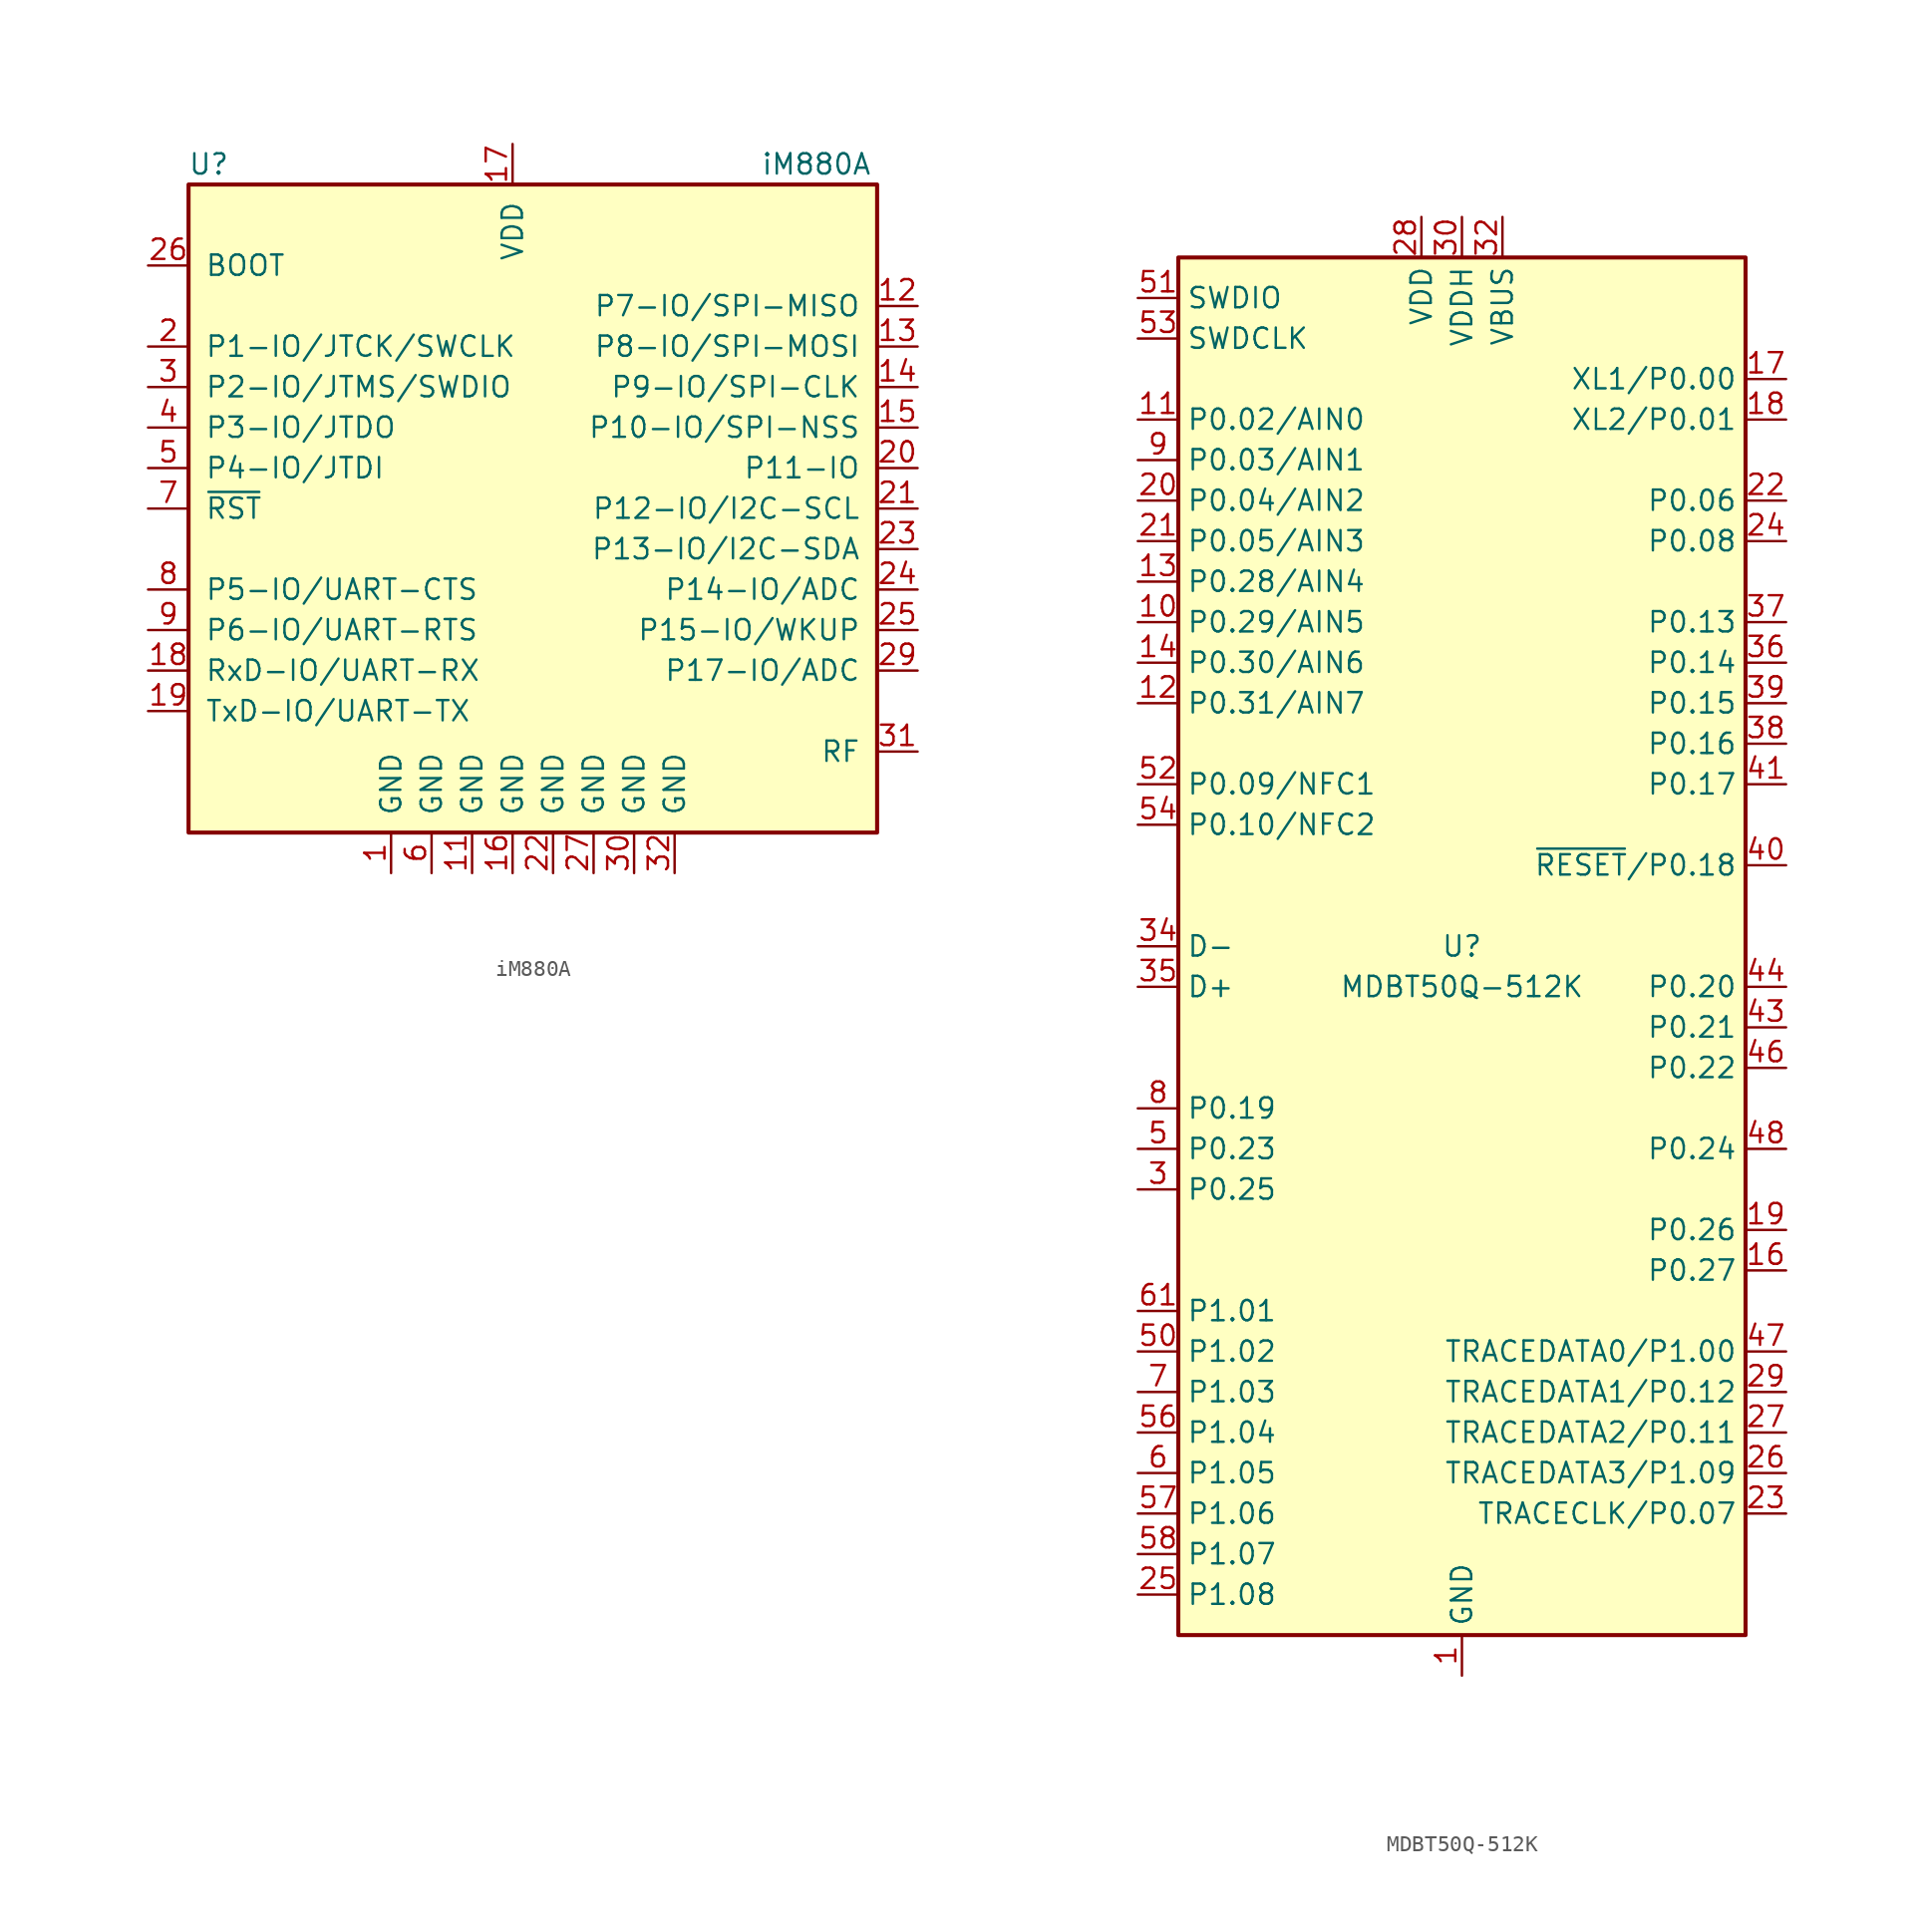
<source format=kicad_sym>
(kicad_symbol_lib
  (version 20200908)
  (generator kicad_symbol_editor)
  (symbol "RF_Module:iM880A"
    (pin_names
      (offset 1.016))
    (property "Reference" "U"
      (at -19.05 21.59 0)
      (effects (font (size 1.27 1.27))))
    (property "Value" "iM880A"
      (at 19.05 21.59 0)
      (effects (font (size 1.27 1.27))))
    (symbol "iM880A_0_1"
      (rectangle (start -20.32 20.32) (end 22.86 -20.32) (stroke (width 0.254)) (fill (type background))))
    (symbol "iM880A_1_1"
      (pin power_in line (at -7.62 -22.86 90) (length 2.54) (name "GND" (effects (font (size 1.27 1.27)))) (number "1" (effects (font (size 1.27 1.27)))))
      (pin unconnected line (at 5.08 22.86 270) (length 2.54) hide (name "NC" (effects (font (size 1.27 1.27)))) (number "10" (effects (font (size 1.27 1.27)))))
      (pin power_in line (at -2.54 -22.86 90) (length 2.54) (name "GND" (effects (font (size 1.27 1.27)))) (number "11" (effects (font (size 1.27 1.27)))))
      (pin bidirectional line (at 25.4 12.7 180) (length 2.54) (name "P7-IO/SPI-MISO" (effects (font (size 1.27 1.27)))) (number "12" (effects (font (size 1.27 1.27)))))
      (pin bidirectional line (at 25.4 10.16 180) (length 2.54) (name "P8-IO/SPI-MOSI" (effects (font (size 1.27 1.27)))) (number "13" (effects (font (size 1.27 1.27)))))
      (pin bidirectional line (at 25.4 7.62 180) (length 2.54) (name "P9-IO/SPI-CLK" (effects (font (size 1.27 1.27)))) (number "14" (effects (font (size 1.27 1.27)))))
      (pin bidirectional line (at 25.4 5.08 180) (length 2.54) (name "P10-IO/SPI-NSS" (effects (font (size 1.27 1.27)))) (number "15" (effects (font (size 1.27 1.27)))))
      (pin power_in line (at 0 -22.86 90) (length 2.54) (name "GND" (effects (font (size 1.27 1.27)))) (number "16" (effects (font (size 1.27 1.27)))))
      (pin power_in line (at 0 22.86 270) (length 2.54) (name "VDD" (effects (font (size 1.27 1.27)))) (number "17" (effects (font (size 1.27 1.27)))))
      (pin bidirectional line (at -22.86 -10.16 0) (length 2.54) (name "RxD-IO/UART-RX" (effects (font (size 1.27 1.27)))) (number "18" (effects (font (size 1.27 1.27)))))
      (pin bidirectional line (at -22.86 -12.7 0) (length 2.54) (name "TxD-IO/UART-TX" (effects (font (size 1.27 1.27)))) (number "19" (effects (font (size 1.27 1.27)))))
      (pin bidirectional line (at -22.86 10.16 0) (length 2.54) (name "P1-IO/JTCK/SWCLK" (effects (font (size 1.27 1.27)))) (number "2" (effects (font (size 1.27 1.27)))))
      (pin bidirectional line (at 25.4 2.54 180) (length 2.54) (name "P11-IO" (effects (font (size 1.27 1.27)))) (number "20" (effects (font (size 1.27 1.27)))))
      (pin bidirectional line (at 25.4 0 180) (length 2.54) (name "P12-IO/I2C-SCL" (effects (font (size 1.27 1.27)))) (number "21" (effects (font (size 1.27 1.27)))))
      (pin power_in line (at 2.54 -22.86 90) (length 2.54) (name "GND" (effects (font (size 1.27 1.27)))) (number "22" (effects (font (size 1.27 1.27)))))
      (pin bidirectional line (at 25.4 -2.54 180) (length 2.54) (name "P13-IO/I2C-SDA" (effects (font (size 1.27 1.27)))) (number "23" (effects (font (size 1.27 1.27)))))
      (pin bidirectional line (at 25.4 -5.08 180) (length 2.54) (name "P14-IO/ADC" (effects (font (size 1.27 1.27)))) (number "24" (effects (font (size 1.27 1.27)))))
      (pin bidirectional line (at 25.4 -7.62 180) (length 2.54) (name "P15-IO/WKUP" (effects (font (size 1.27 1.27)))) (number "25" (effects (font (size 1.27 1.27)))))
      (pin input line (at -22.86 15.24 0) (length 2.54) (name "BOOT" (effects (font (size 1.27 1.27)))) (number "26" (effects (font (size 1.27 1.27)))))
      (pin power_in line (at 5.08 -22.86 90) (length 2.54) (name "GND" (effects (font (size 1.27 1.27)))) (number "27" (effects (font (size 1.27 1.27)))))
      (pin unconnected line (at 7.62 22.86 270) (length 2.54) hide (name "NC" (effects (font (size 1.27 1.27)))) (number "28" (effects (font (size 1.27 1.27)))))
      (pin bidirectional line (at 25.4 -10.16 180) (length 2.54) (name "P17-IO/ADC" (effects (font (size 1.27 1.27)))) (number "29" (effects (font (size 1.27 1.27)))))
      (pin bidirectional line (at -22.86 7.62 0) (length 2.54) (name "P2-IO/JTMS/SWDIO" (effects (font (size 1.27 1.27)))) (number "3" (effects (font (size 1.27 1.27)))))
      (pin power_in line (at 7.62 -22.86 90) (length 2.54) (name "GND" (effects (font (size 1.27 1.27)))) (number "30" (effects (font (size 1.27 1.27)))))
      (pin bidirectional line (at 25.4 -15.24 180) (length 2.54) (name "RF" (effects (font (size 1.27 1.27)))) (number "31" (effects (font (size 1.27 1.27)))))
      (pin power_in line (at 10.16 -22.86 90) (length 2.54) (name "GND" (effects (font (size 1.27 1.27)))) (number "32" (effects (font (size 1.27 1.27)))))
      (pin bidirectional line (at -22.86 5.08 0) (length 2.54) (name "P3-IO/JTDO" (effects (font (size 1.27 1.27)))) (number "4" (effects (font (size 1.27 1.27)))))
      (pin bidirectional line (at -22.86 2.54 0) (length 2.54) (name "P4-IO/JTDI" (effects (font (size 1.27 1.27)))) (number "5" (effects (font (size 1.27 1.27)))))
      (pin power_in line (at -5.08 -22.86 90) (length 2.54) (name "GND" (effects (font (size 1.27 1.27)))) (number "6" (effects (font (size 1.27 1.27)))))
      (pin input line (at -22.86 0 0) (length 2.54) (name "~RST" (effects (font (size 1.27 1.27)))) (number "7" (effects (font (size 1.27 1.27)))))
      (pin bidirectional line (at -22.86 -5.08 0) (length 2.54) (name "P5-IO/UART-CTS" (effects (font (size 1.27 1.27)))) (number "8" (effects (font (size 1.27 1.27)))))
      (pin bidirectional line (at -22.86 -7.62 0) (length 2.54) (name "P6-IO/UART-RTS" (effects (font (size 1.27 1.27)))) (number "9" (effects (font (size 1.27 1.27)))))))
  (symbol "RF_Module:MDBT50Q-512K"
    (property "Reference" "U"
      (at 0 0 0)
      (effects (font (size 1.27 1.27))))
    (property "Value" "MDBT50Q-512K"
      (at 0 -2.54 0)
      (effects (font (size 1.27 1.27))))
    (symbol "MDBT50Q-512K_0_1"
      (rectangle (start -17.78 43.18) (end 17.78 -43.18) (stroke (width 0.254)) (fill (type background))))
    (symbol "MDBT50Q-512K_1_1"
      (pin power_in line (at 0 -45.72 90) (length 2.54) (name "GND" (effects (font (size 1.27 1.27)))) (number "1" (effects (font (size 1.27 1.27)))))
      (pin bidirectional line (at -20.32 20.32 0) (length 2.54) (name "P0.29/AIN5" (effects (font (size 1.27 1.27)))) (number "10" (effects (font (size 1.27 1.27)))))
      (pin bidirectional line (at -20.32 33.02 0) (length 2.54) (name "P0.02/AIN0" (effects (font (size 1.27 1.27)))) (number "11" (effects (font (size 1.27 1.27)))))
      (pin bidirectional line (at -20.32 15.24 0) (length 2.54) (name "P0.31/AIN7" (effects (font (size 1.27 1.27)))) (number "12" (effects (font (size 1.27 1.27)))))
      (pin bidirectional line (at -20.32 22.86 0) (length 2.54) (name "P0.28/AIN4" (effects (font (size 1.27 1.27)))) (number "13" (effects (font (size 1.27 1.27)))))
      (pin bidirectional line (at -20.32 17.78 0) (length 2.54) (name "P0.30/AIN6" (effects (font (size 1.27 1.27)))) (number "14" (effects (font (size 1.27 1.27)))))
      (pin passive line (at 0 -45.72 90) (length 2.54) hide (name "GND" (effects (font (size 1.27 1.27)))) (number "15" (effects (font (size 1.27 1.27)))))
      (pin bidirectional line (at 20.32 -20.32 180) (length 2.54) (name "P0.27" (effects (font (size 1.27 1.27)))) (number "16" (effects (font (size 1.27 1.27)))))
      (pin bidirectional line (at 20.32 35.56 180) (length 2.54) (name "XL1/P0.00" (effects (font (size 1.27 1.27)))) (number "17" (effects (font (size 1.27 1.27)))))
      (pin bidirectional line (at 20.32 33.02 180) (length 2.54) (name "XL2/P0.01" (effects (font (size 1.27 1.27)))) (number "18" (effects (font (size 1.27 1.27)))))
      (pin bidirectional line (at 20.32 -17.78 180) (length 2.54) (name "P0.26" (effects (font (size 1.27 1.27)))) (number "19" (effects (font (size 1.27 1.27)))))
      (pin passive line (at 0 -45.72 90) (length 2.54) hide (name "GND" (effects (font (size 1.27 1.27)))) (number "2" (effects (font (size 1.27 1.27)))))
      (pin bidirectional line (at -20.32 27.94 0) (length 2.54) (name "P0.04/AIN2" (effects (font (size 1.27 1.27)))) (number "20" (effects (font (size 1.27 1.27)))))
      (pin bidirectional line (at -20.32 25.4 0) (length 2.54) (name "P0.05/AIN3" (effects (font (size 1.27 1.27)))) (number "21" (effects (font (size 1.27 1.27)))))
      (pin bidirectional line (at 20.32 27.94 180) (length 2.54) (name "P0.06" (effects (font (size 1.27 1.27)))) (number "22" (effects (font (size 1.27 1.27)))))
      (pin bidirectional line (at 20.32 -35.56 180) (length 2.54) (name "TRACECLK/P0.07" (effects (font (size 1.27 1.27)))) (number "23" (effects (font (size 1.27 1.27)))))
      (pin bidirectional line (at 20.32 25.4 180) (length 2.54) (name "P0.08" (effects (font (size 1.27 1.27)))) (number "24" (effects (font (size 1.27 1.27)))))
      (pin bidirectional line (at -20.32 -40.64 0) (length 2.54) (name "P1.08" (effects (font (size 1.27 1.27)))) (number "25" (effects (font (size 1.27 1.27)))))
      (pin bidirectional line (at 20.32 -33.02 180) (length 2.54) (name "TRACEDATA3/P1.09" (effects (font (size 1.27 1.27)))) (number "26" (effects (font (size 1.27 1.27)))))
      (pin bidirectional line (at 20.32 -30.48 180) (length 2.54) (name "TRACEDATA2/P0.11" (effects (font (size 1.27 1.27)))) (number "27" (effects (font (size 1.27 1.27)))))
      (pin power_in line (at -2.54 45.72 270) (length 2.54) (name "VDD" (effects (font (size 1.27 1.27)))) (number "28" (effects (font (size 1.27 1.27)))))
      (pin bidirectional line (at 20.32 -27.94 180) (length 2.54) (name "TRACEDATA1/P0.12" (effects (font (size 1.27 1.27)))) (number "29" (effects (font (size 1.27 1.27)))))
      (pin bidirectional line (at -20.32 -15.24 0) (length 2.54) (name "P0.25" (effects (font (size 1.27 1.27)))) (number "3" (effects (font (size 1.27 1.27)))))
      (pin power_in line (at 0 45.72 270) (length 2.54) (name "VDDH" (effects (font (size 1.27 1.27)))) (number "30" (effects (font (size 1.27 1.27)))))
      (pin unconnected line (at 5.08 43.18 270) (length 2.54) hide (name "NC" (effects (font (size 1.27 1.27)))) (number "31" (effects (font (size 1.27 1.27)))))
      (pin power_in line (at 2.54 45.72 270) (length 2.54) (name "VBUS" (effects (font (size 1.27 1.27)))) (number "32" (effects (font (size 1.27 1.27)))))
      (pin passive line (at 0 -45.72 90) (length 2.54) hide (name "GND" (effects (font (size 1.27 1.27)))) (number "33" (effects (font (size 1.27 1.27)))))
      (pin bidirectional line (at -20.32 0 0) (length 2.54) (name "D-" (effects (font (size 1.27 1.27)))) (number "34" (effects (font (size 1.27 1.27)))))
      (pin bidirectional line (at -20.32 -2.54 0) (length 2.54) (name "D+" (effects (font (size 1.27 1.27)))) (number "35" (effects (font (size 1.27 1.27)))))
      (pin bidirectional line (at 20.32 17.78 180) (length 2.54) (name "P0.14" (effects (font (size 1.27 1.27)))) (number "36" (effects (font (size 1.27 1.27)))))
      (pin bidirectional line (at 20.32 20.32 180) (length 2.54) (name "P0.13" (effects (font (size 1.27 1.27)))) (number "37" (effects (font (size 1.27 1.27)))))
      (pin bidirectional line (at 20.32 12.7 180) (length 2.54) (name "P0.16" (effects (font (size 1.27 1.27)))) (number "38" (effects (font (size 1.27 1.27)))))
      (pin bidirectional line (at 20.32 15.24 180) (length 2.54) (name "P0.15" (effects (font (size 1.27 1.27)))) (number "39" (effects (font (size 1.27 1.27)))))
      (pin unconnected line (at -17.78 -17.78 0) (length 2.54) hide (name "NC" (effects (font (size 1.27 1.27)))) (number "4" (effects (font (size 1.27 1.27)))))
      (pin bidirectional line (at 20.32 5.08 180) (length 2.54) (name "~RESET~/P0.18" (effects (font (size 1.27 1.27)))) (number "40" (effects (font (size 1.27 1.27)))))
      (pin bidirectional line (at 20.32 10.16 180) (length 2.54) (name "P0.17" (effects (font (size 1.27 1.27)))) (number "41" (effects (font (size 1.27 1.27)))))
      (pin unconnected line (at 17.78 0 180) (length 2.54) hide (name "P0.19" (effects (font (size 1.27 1.27)))) (number "42" (effects (font (size 1.27 1.27)))))
      (pin bidirectional line (at 20.32 -5.08 180) (length 2.54) (name "P0.21" (effects (font (size 1.27 1.27)))) (number "43" (effects (font (size 1.27 1.27)))))
      (pin bidirectional line (at 20.32 -2.54 180) (length 2.54) (name "P0.20" (effects (font (size 1.27 1.27)))) (number "44" (effects (font (size 1.27 1.27)))))
      (pin unconnected line (at 17.78 -10.16 180) (length 2.54) hide (name "NC" (effects (font (size 1.27 1.27)))) (number "45" (effects (font (size 1.27 1.27)))))
      (pin bidirectional line (at 20.32 -7.62 180) (length 2.54) (name "P0.22" (effects (font (size 1.27 1.27)))) (number "46" (effects (font (size 1.27 1.27)))))
      (pin bidirectional line (at 20.32 -25.4 180) (length 2.54) (name "TRACEDATA0/P1.00" (effects (font (size 1.27 1.27)))) (number "47" (effects (font (size 1.27 1.27)))))
      (pin bidirectional line (at 20.32 -12.7 180) (length 2.54) (name "P0.24" (effects (font (size 1.27 1.27)))) (number "48" (effects (font (size 1.27 1.27)))))
      (pin unconnected line (at 17.78 -15.24 180) (length 2.54) hide (name "NC" (effects (font (size 1.27 1.27)))) (number "49" (effects (font (size 1.27 1.27)))))
      (pin bidirectional line (at -20.32 -12.7 0) (length 2.54) (name "P0.23" (effects (font (size 1.27 1.27)))) (number "5" (effects (font (size 1.27 1.27)))))
      (pin bidirectional line (at -20.32 -25.4 0) (length 2.54) (name "P1.02" (effects (font (size 1.27 1.27)))) (number "50" (effects (font (size 1.27 1.27)))))
      (pin bidirectional line (at -20.32 40.64 0) (length 2.54) (name "SWDIO" (effects (font (size 1.27 1.27)))) (number "51" (effects (font (size 1.27 1.27)))))
      (pin bidirectional line (at -20.32 10.16 0) (length 2.54) (name "P0.09/NFC1" (effects (font (size 1.27 1.27)))) (number "52" (effects (font (size 1.27 1.27)))))
      (pin input line (at -20.32 38.1 0) (length 2.54) (name "SWDCLK" (effects (font (size 1.27 1.27)))) (number "53" (effects (font (size 1.27 1.27)))))
      (pin bidirectional line (at -20.32 7.62 0) (length 2.54) (name "P0.10/NFC2" (effects (font (size 1.27 1.27)))) (number "54" (effects (font (size 1.27 1.27)))))
      (pin passive line (at 0 -45.72 90) (length 2.54) hide (name "GND" (effects (font (size 1.27 1.27)))) (number "55" (effects (font (size 1.27 1.27)))))
      (pin bidirectional line (at -20.32 -30.48 0) (length 2.54) (name "P1.04" (effects (font (size 1.27 1.27)))) (number "56" (effects (font (size 1.27 1.27)))))
      (pin bidirectional line (at -20.32 -35.56 0) (length 2.54) (name "P1.06" (effects (font (size 1.27 1.27)))) (number "57" (effects (font (size 1.27 1.27)))))
      (pin bidirectional line (at -20.32 -38.1 0) (length 2.54) (name "P1.07" (effects (font (size 1.27 1.27)))) (number "58" (effects (font (size 1.27 1.27)))))
      (pin unconnected line (at 17.78 38.1 180) (length 2.54) hide (name "NC" (effects (font (size 1.27 1.27)))) (number "59" (effects (font (size 1.27 1.27)))))
      (pin bidirectional line (at -20.32 -33.02 0) (length 2.54) (name "P1.05" (effects (font (size 1.27 1.27)))) (number "6" (effects (font (size 1.27 1.27)))))
      (pin unconnected line (at 17.78 40.64 180) (length 2.54) hide (name "NC" (effects (font (size 1.27 1.27)))) (number "60" (effects (font (size 1.27 1.27)))))
      (pin bidirectional line (at -20.32 -22.86 0) (length 2.54) (name "P1.01" (effects (font (size 1.27 1.27)))) (number "61" (effects (font (size 1.27 1.27)))))
      (pin bidirectional line (at -20.32 -27.94 0) (length 2.54) (name "P1.03" (effects (font (size 1.27 1.27)))) (number "7" (effects (font (size 1.27 1.27)))))
      (pin bidirectional line (at -20.32 -10.16 0) (length 2.54) (name "P0.19" (effects (font (size 1.27 1.27)))) (number "8" (effects (font (size 1.27 1.27)))))
      (pin bidirectional line (at -20.32 30.48 0) (length 2.54) (name "P0.03/AIN1" (effects (font (size 1.27 1.27)))) (number "9" (effects (font (size 1.27 1.27))))))))
</source>
